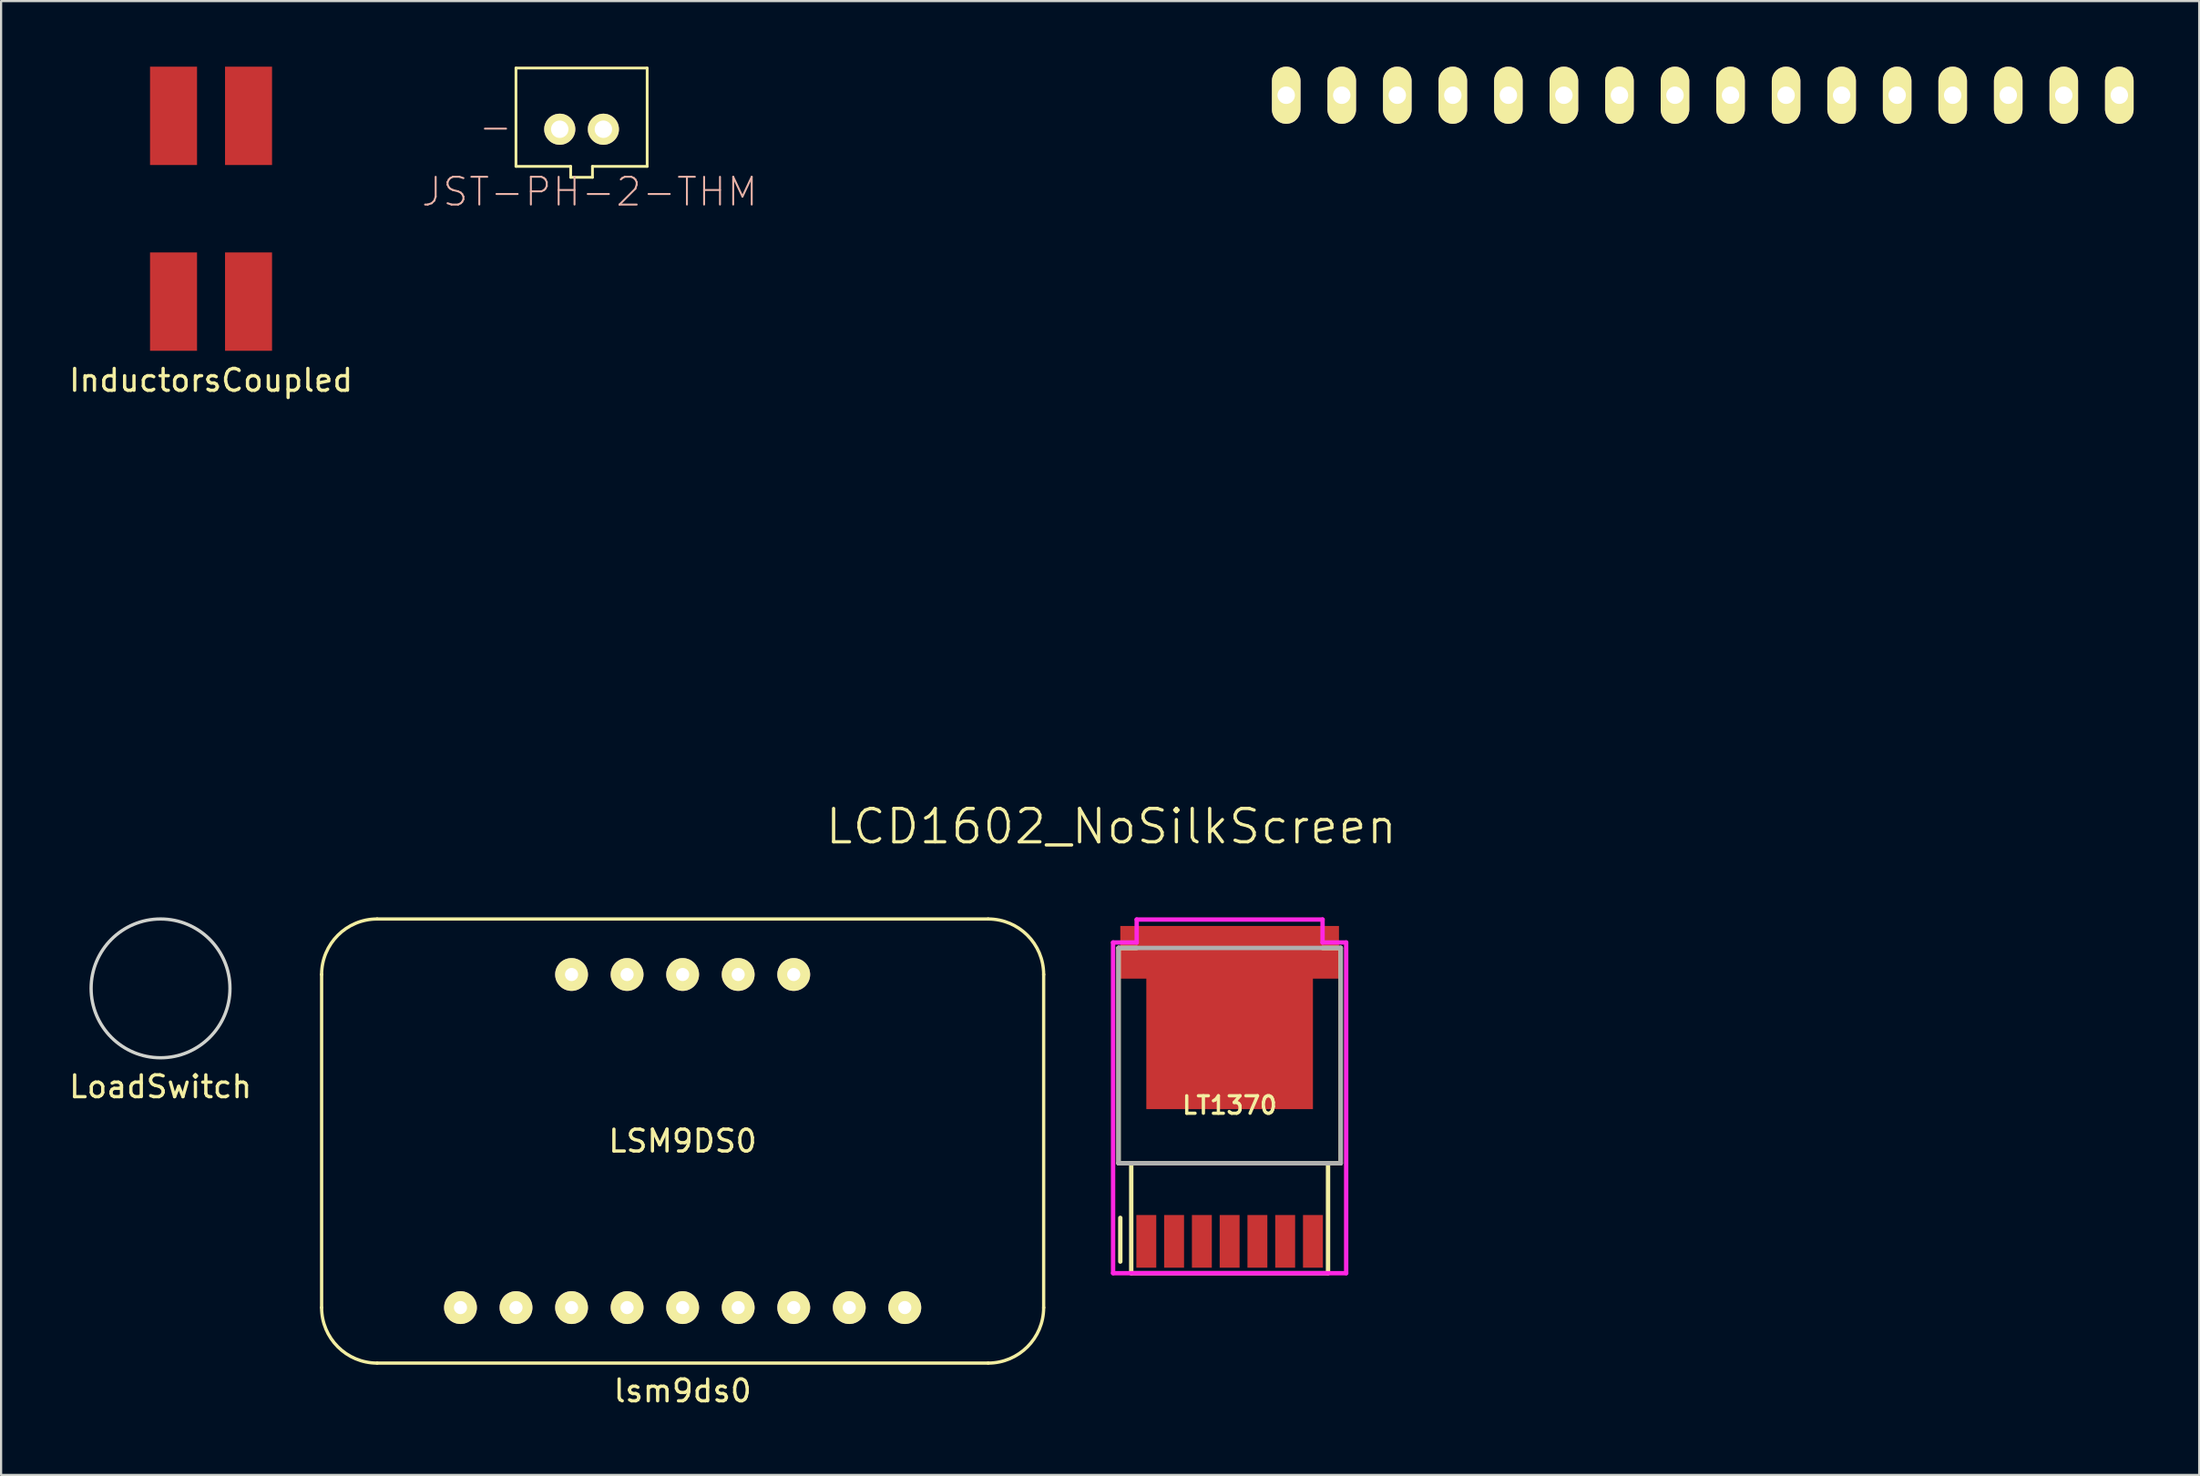
<source format=kicad_pcb>
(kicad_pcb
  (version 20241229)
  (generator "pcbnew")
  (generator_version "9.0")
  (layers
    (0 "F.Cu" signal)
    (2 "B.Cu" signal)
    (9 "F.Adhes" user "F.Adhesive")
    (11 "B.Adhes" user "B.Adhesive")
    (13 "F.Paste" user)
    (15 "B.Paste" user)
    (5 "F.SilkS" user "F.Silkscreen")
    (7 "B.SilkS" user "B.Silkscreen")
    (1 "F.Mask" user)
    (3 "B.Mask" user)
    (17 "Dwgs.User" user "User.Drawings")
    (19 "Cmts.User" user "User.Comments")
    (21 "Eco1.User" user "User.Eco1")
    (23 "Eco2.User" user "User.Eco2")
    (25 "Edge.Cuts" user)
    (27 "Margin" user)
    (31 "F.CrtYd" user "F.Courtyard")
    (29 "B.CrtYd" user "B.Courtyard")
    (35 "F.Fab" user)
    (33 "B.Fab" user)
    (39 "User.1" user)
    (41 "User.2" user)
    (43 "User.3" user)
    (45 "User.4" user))
  (footprint "InductorsCoupled"
    (layer "F.Cu")
    (at 6.601 6.5)
    (property "Reference" "InductorsCoupled" (at 0 7.85 0) (layer "F.SilkS") (effects (font (size 1 1) (thickness 0.15))))
    (attr through_hole)
    (pad "1" smd rect (at 1.715 -4.25) (size 2.15 4.5) (layers "F.Cu" "F.Mask" "F.Paste"))
    (pad "2" smd rect (at -1.715 -4.25) (size 2.15 4.5) (layers "F.Cu" "F.Mask" "F.Paste"))
    (pad "3" smd rect (at -1.715 4.25) (size 2.15 4.5) (layers "F.Cu" "F.Mask" "F.Paste"))
    (pad "4" smd rect (at 1.715 4.25) (size 2.15 4.5) (layers "F.Cu" "F.Mask" "F.Paste")))
  (footprint "JST-PH-2-THM"
    (layer "F.Cu")
    (at 23.546 2.863)
    (property "Reference" "JST-PH-2-THM" (at 0.373 2.863 0) (layer "B.SilkS") (effects (font (size 1.27 1.27) (thickness 0.089))))
    (attr exclude_from_pos_files exclude_from_bom)
    (fp_line (start -3 -2.799) (end 3 -2.799) (stroke (width 0.127) (type solid)) (layer "F.SilkS"))
    (fp_line (start -3 1.699) (end -3 -2.799) (stroke (width 0.127) (type solid)) (layer "F.SilkS"))
    (fp_line (start -0.498 1.699) (end -3 1.699) (stroke (width 0.127) (type solid)) (layer "F.SilkS"))
    (fp_line (start -0.498 2.2) (end -0.498 1.699) (stroke (width 0.127) (type solid)) (layer "F.SilkS"))
    (fp_line (start 0.498 1.699) (end 0.498 2.2) (stroke (width 0.127) (type solid)) (layer "F.SilkS"))
    (fp_line (start 0.498 2.2) (end -0.498 2.2) (stroke (width 0.127) (type solid)) (layer "F.SilkS"))
    (fp_line (start 3 -2.799) (end 3 1.699) (stroke (width 0.127) (type solid)) (layer "F.SilkS"))
    (fp_line (start 3 1.699) (end 0.498 1.699) (stroke (width 0.127) (type solid)) (layer "F.SilkS"))
    (fp_text user "-" (at -3.937 -0.127 180) (layer "B.SilkS") (effects (font (size 1.27 1.27) (thickness 0.089))))
    (pad "1" thru_hole circle (at -0.998 0) (size 1.422 1.422) (drill 0.798) (layers "*.Cu" "*.Mask" "F.SilkS"))
    (pad "2" thru_hole circle (at 0.998 0) (size 1.422 1.422) (drill 0.798) (layers "*.Cu" "*.Mask" "F.SilkS")))
  (footprint "lsm9ds0"
    (layer "F.Cu")
    (at 28.168 49.156)
    (property "Reference" "lsm9ds0" (at 0 11.43 0) (layer "F.SilkS") (effects (font (size 1 1) (thickness 0.15))))
    (attr through_hole)
    (fp_line (start -16.51 -7.62) (end -16.51 7.62) (stroke (width 0.15) (type solid)) (layer "F.SilkS"))
    (fp_line (start -13.97 -10.16) (end 13.97 -10.16) (stroke (width 0.15) (type solid)) (layer "F.SilkS"))
    (fp_line (start -13.97 10.16) (end 13.97 10.16) (stroke (width 0.15) (type solid)) (layer "F.SilkS"))
    (fp_line (start 16.51 -7.62) (end 16.51 7.62) (stroke (width 0.15) (type solid)) (layer "F.SilkS"))
    (fp_arc (start -16.51 -7.62) (mid -15.766051 -9.416051) (end -13.97 -10.16) (stroke (width 0.15) (type solid)) (layer "F.SilkS"))
    (fp_arc (start -13.97 10.16) (mid -15.766051 9.416051) (end -16.51 7.62) (stroke (width 0.15) (type solid)) (layer "F.SilkS"))
    (fp_arc (start 13.97 -10.16) (mid 15.766051 -9.416051) (end 16.51 -7.62) (stroke (width 0.15) (type solid)) (layer "F.SilkS"))
    (fp_arc (start 16.51 7.62) (mid 15.766051 9.416051) (end 13.97 10.16) (stroke (width 0.15) (type solid)) (layer "F.SilkS"))
    (fp_text user "LSM9DS0" (at 0 0 0) (layer "F.SilkS") (effects (font (size 1 1) (thickness 0.15))))
    (pad "1" thru_hole circle (at -10.16 7.62) (size 1.5 1.5) (drill 0.6) (layers "*.Cu" "*.Mask" "F.SilkS"))
    (pad "2" thru_hole circle (at -7.62 7.62) (size 1.5 1.5) (drill 0.6) (layers "*.Cu" "*.Mask" "F.SilkS"))
    (pad "3" thru_hole circle (at -5.08 7.62) (size 1.5 1.5) (drill 0.6) (layers "*.Cu" "*.Mask" "F.SilkS"))
    (pad "4" thru_hole circle (at -2.54 7.62) (size 1.5 1.5) (drill 0.6) (layers "*.Cu" "*.Mask" "F.SilkS"))
    (pad "5" thru_hole circle (at 0 7.62) (size 1.5 1.5) (drill 0.6) (layers "*.Cu" "*.Mask" "F.SilkS"))
    (pad "6" thru_hole circle (at 2.54 7.62) (size 1.5 1.5) (drill 0.6) (layers "*.Cu" "*.Mask" "F.SilkS"))
    (pad "7" thru_hole circle (at 5.08 7.62) (size 1.5 1.5) (drill 0.6) (layers "*.Cu" "*.Mask" "F.SilkS"))
    (pad "8" thru_hole circle (at 7.62 7.62) (size 1.5 1.5) (drill 0.6) (layers "*.Cu" "*.Mask" "F.SilkS"))
    (pad "9" thru_hole circle (at 10.16 7.62) (size 1.5 1.5) (drill 0.6) (layers "*.Cu" "*.Mask" "F.SilkS"))
    (pad "10" thru_hole circle (at -5.08 -7.62) (size 1.5 1.5) (drill 0.6) (layers "*.Cu" "*.Mask" "F.SilkS"))
    (pad "11" thru_hole circle (at -2.54 -7.62) (size 1.5 1.5) (drill 0.6) (layers "*.Cu" "*.Mask" "F.SilkS"))
    (pad "12" thru_hole circle (at 0 -7.62) (size 1.5 1.5) (drill 0.6) (layers "*.Cu" "*.Mask" "F.SilkS"))
    (pad "13" thru_hole circle (at 2.54 -7.62) (size 1.5 1.5) (drill 0.6) (layers "*.Cu" "*.Mask" "F.SilkS"))
    (pad "14" thru_hole circle (at 5.08 -7.62) (size 1.5 1.5) (drill 0.6) (layers "*.Cu" "*.Mask" "F.SilkS")))
  (footprint "LoadSwitch"
    (layer "F.Cu")
    (at 4.292 42.171)
    (property "Reference" "LoadSwitch" (at 0 4.5 0) (layer "F.SilkS") (effects (font (size 1 1) (thickness 0.15))))
    (attr through_hole)
    (fp_circle (center 0 0) (end 3.175 0) (stroke (width 0.15) (type solid)) (fill no) (layer "Edge.Cuts")))
  (footprint "LCD1602_NoSilkScreen"
    (layer "F.Cu")
    (at 47.772 34.766)
    (property "Reference" "LCD1602_NoSilkScreen" (at 0 0 0) (layer "F.SilkS") (effects (font (size 1.524 1.524) (thickness 0.15))))
    (attr exclude_from_pos_files exclude_from_bom)
    (pad "1" thru_hole oval (at 7.998 -33.459) (size 1.306 2.614) (drill 0.798) (layers "*.Cu" "*.Mask" "F.SilkS"))
    (pad "2" thru_hole oval (at 10.538 -33.459) (size 1.306 2.614) (drill 0.798) (layers "*.Cu" "*.Mask" "F.SilkS"))
    (pad "3" thru_hole oval (at 13.078 -33.459) (size 1.306 2.614) (drill 0.798) (layers "*.Cu" "*.Mask" "F.SilkS"))
    (pad "4" thru_hole oval (at 15.618 -33.459) (size 1.306 2.614) (drill 0.798) (layers "*.Cu" "*.Mask" "F.SilkS"))
    (pad "5" thru_hole oval (at 18.158 -33.459) (size 1.306 2.614) (drill 0.798) (layers "*.Cu" "*.Mask" "F.SilkS"))
    (pad "6" thru_hole oval (at 20.698 -33.459) (size 1.306 2.614) (drill 0.798) (layers "*.Cu" "*.Mask" "F.SilkS"))
    (pad "7" thru_hole oval (at 23.238 -33.459) (size 1.306 2.614) (drill 0.798) (layers "*.Cu" "*.Mask" "F.SilkS"))
    (pad "8" thru_hole oval (at 25.778 -33.459) (size 1.306 2.614) (drill 0.798) (layers "*.Cu" "*.Mask" "F.SilkS"))
    (pad "9" thru_hole oval (at 28.318 -33.459) (size 1.306 2.614) (drill 0.798) (layers "*.Cu" "*.Mask" "F.SilkS"))
    (pad "10" thru_hole oval (at 30.858 -33.459) (size 1.306 2.614) (drill 0.798) (layers "*.Cu" "*.Mask" "F.SilkS"))
    (pad "11" thru_hole oval (at 33.398 -33.459) (size 1.306 2.614) (drill 0.798) (layers "*.Cu" "*.Mask" "F.SilkS"))
    (pad "12" thru_hole oval (at 35.938 -33.459) (size 1.306 2.614) (drill 0.798) (layers "*.Cu" "*.Mask" "F.SilkS"))
    (pad "13" thru_hole oval (at 38.478 -33.459) (size 1.306 2.614) (drill 0.798) (layers "*.Cu" "*.Mask" "F.SilkS"))
    (pad "14" thru_hole oval (at 41.018 -33.459) (size 1.306 2.614) (drill 0.798) (layers "*.Cu" "*.Mask" "F.SilkS"))
    (pad "15" thru_hole oval (at 43.558 -33.459) (size 1.306 2.614) (drill 0.798) (layers "*.Cu" "*.Mask" "F.SilkS"))
    (pad "16" thru_hole oval (at 46.098 -33.459) (size 1.306 2.614) (drill 0.798) (layers "*.Cu" "*.Mask" "F.SilkS")))
  (footprint "LT1370"
    (layer "F.Cu")
    (at 53.183 47.521)
    (property "Reference" "LT1370" (at 0 0 0) (layer "F.SilkS") (effects (font (size 0.8 0.8) (thickness 0.15))))
    (attr through_hole)
    (fp_line (start -5.08 -7.2) (end -4.25 -7.2) (stroke (width 0.2) (type solid)) (layer "F.SilkS"))
    (fp_line (start -5.08 2.65) (end -5.08 -7.2) (stroke (width 0.2) (type solid)) (layer "F.SilkS"))
    (fp_line (start -5 7.15) (end -5 5.15) (stroke (width 0.2) (type solid)) (layer "F.SilkS"))
    (fp_line (start -4.5 2.65) (end -4.5 7.68) (stroke (width 0.2) (type solid)) (layer "F.SilkS"))
    (fp_line (start -4.5 7.68) (end 4.5 7.68) (stroke (width 0.2) (type solid)) (layer "F.SilkS"))
    (fp_line (start 4.25 -7.2) (end 5.08 -7.2) (stroke (width 0.2) (type solid)) (layer "F.SilkS"))
    (fp_line (start 4.5 7.68) (end 4.5 2.65) (stroke (width 0.2) (type solid)) (layer "F.SilkS"))
    (fp_line (start 5.08 -7.2) (end 5.08 2.65) (stroke (width 0.2) (type solid)) (layer "F.SilkS"))
    (fp_line (start 5.08 2.65) (end -5.08 2.65) (stroke (width 0.2) (type solid)) (layer "F.SilkS"))
    (fp_line (start -5.33 -7.45) (end -4.25 -7.45) (stroke (width 0.2) (type solid)) (layer "F.CrtYd"))
    (fp_line (start -5.33 7.68) (end -5.33 -7.45) (stroke (width 0.2) (type solid)) (layer "F.CrtYd"))
    (fp_line (start -4.25 -8.5) (end -4.25 -7.45) (stroke (width 0.2) (type solid)) (layer "F.CrtYd"))
    (fp_line (start 4.25 -8.5) (end -4.25 -8.5) (stroke (width 0.2) (type solid)) (layer "F.CrtYd"))
    (fp_line (start 4.25 -7.45) (end 4.25 -8.5) (stroke (width 0.2) (type solid)) (layer "F.CrtYd"))
    (fp_line (start 4.25 -7.45) (end 5.33 -7.45) (stroke (width 0.2) (type solid)) (layer "F.CrtYd"))
    (fp_line (start 5.33 -7.45) (end 5.33 7.68) (stroke (width 0.2) (type solid)) (layer "F.CrtYd"))
    (fp_line (start 5.33 7.68) (end -5.33 7.68) (stroke (width 0.2) (type solid)) (layer "F.CrtYd"))
    (fp_line (start -5.08 -7.2) (end 5.08 -7.2) (stroke (width 0.2) (type solid)) (layer "F.Fab"))
    (fp_line (start -5.08 2.65) (end -5.08 -7.2) (stroke (width 0.2) (type solid)) (layer "F.Fab"))
    (fp_line (start 5.08 -7.2) (end 5.08 2.65) (stroke (width 0.2) (type solid)) (layer "F.Fab"))
    (fp_line (start 5.08 2.65) (end -5.08 2.65) (stroke (width 0.2) (type solid)) (layer "F.Fab"))
    (pad "1" smd rect (at -3.81 6.225) (size 0.91 2.41) (layers "F.Cu" "F.Mask" "F.Paste"))
    (pad "2" smd rect (at -2.54 6.225) (size 0.91 2.41) (layers "F.Cu" "F.Mask" "F.Paste"))
    (pad "3" smd rect (at -1.27 6.225) (size 0.91 2.41) (layers "F.Cu" "F.Mask" "F.Paste"))
    (pad "4" smd rect (at 0 6.225) (size 0.91 2.41) (layers "F.Cu" "F.Mask" "F.Paste"))
    (pad "5" smd rect (at 1.27 6.225) (size 0.91 2.41) (layers "F.Cu" "F.Mask" "F.Paste"))
    (pad "6" smd rect (at 2.54 6.225) (size 0.91 2.41) (layers "F.Cu" "F.Mask" "F.Paste"))
    (pad "7" smd rect (at 3.81 6.225) (size 0.91 2.41) (layers "F.Cu" "F.Mask" "F.Paste"))
    (pad "8" smd rect (at 0 -7) (size 10 2.41) (layers "F.Cu" "F.Mask" "F.Paste"))
    (pad "8" smd rect (at 0 -3) (size 7.62 6.35) (layers "F.Cu" "F.Mask" "F.Paste")))
  (gr_rect
    (start -3 -3)
    (end 97.523 64.434)
    (stroke (width 0.1) (type default))
    (fill no)
    (layer "Edge.Cuts")))
</source>
